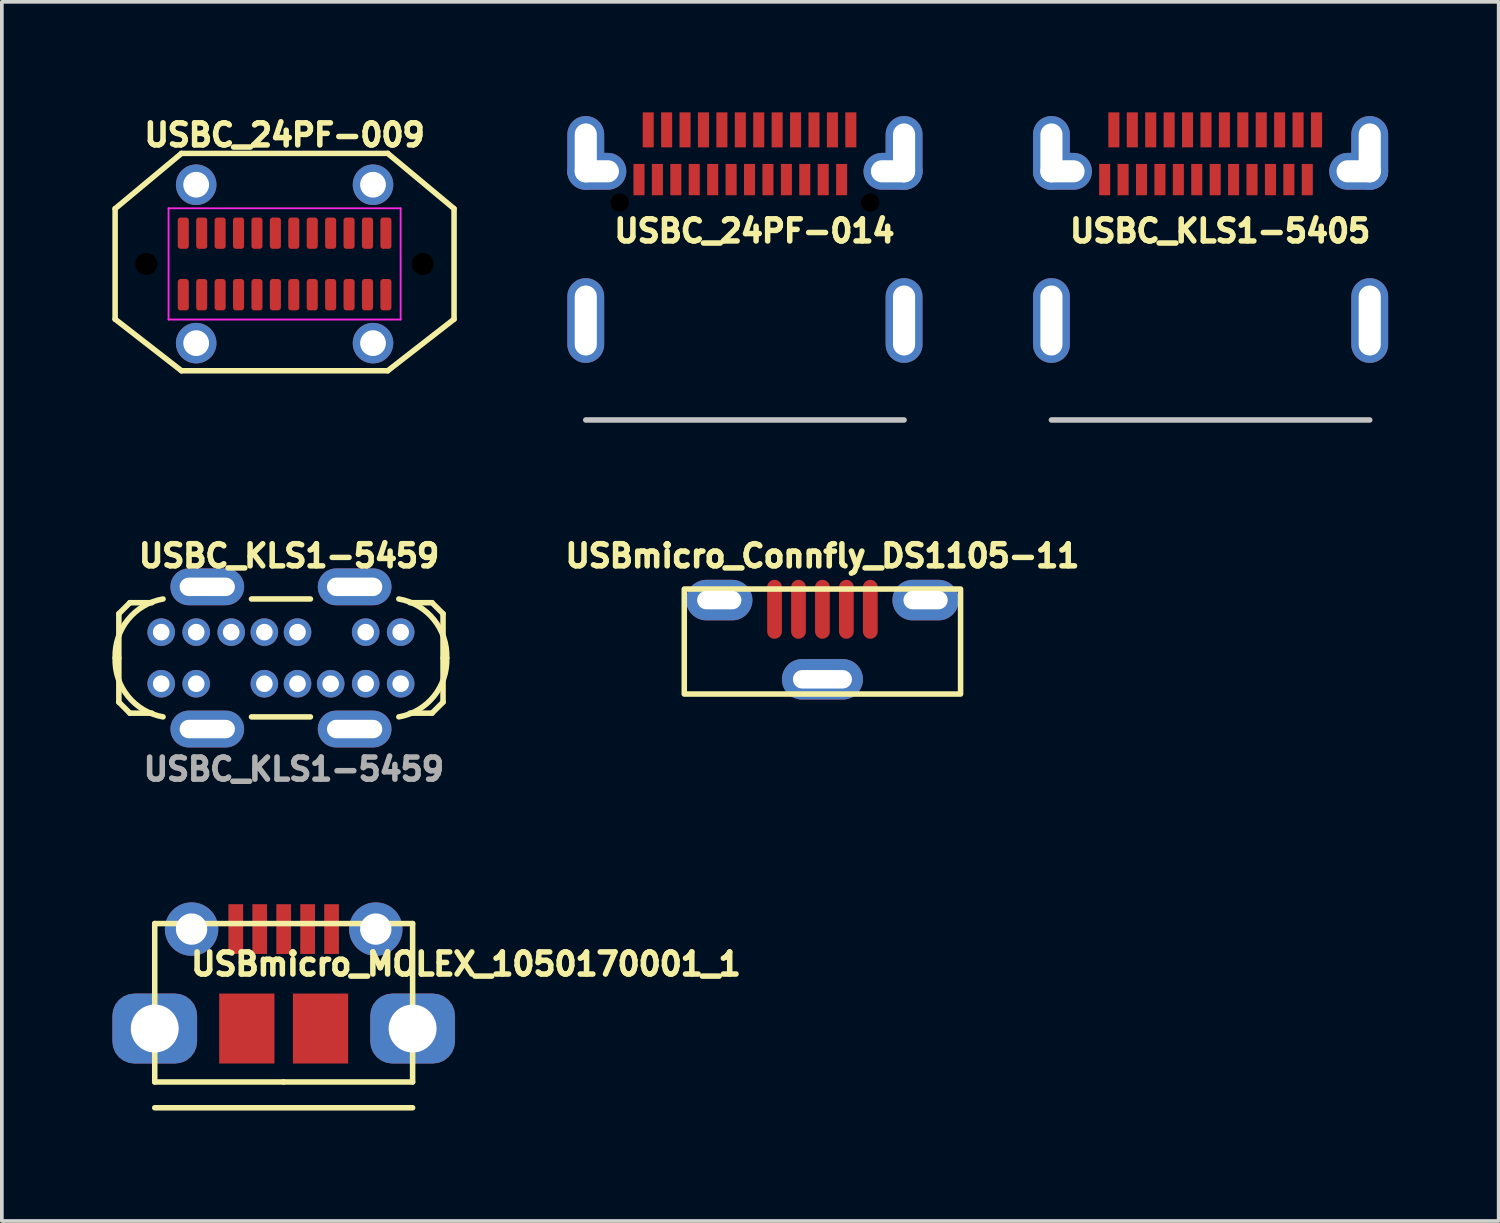
<source format=kicad_pcb>
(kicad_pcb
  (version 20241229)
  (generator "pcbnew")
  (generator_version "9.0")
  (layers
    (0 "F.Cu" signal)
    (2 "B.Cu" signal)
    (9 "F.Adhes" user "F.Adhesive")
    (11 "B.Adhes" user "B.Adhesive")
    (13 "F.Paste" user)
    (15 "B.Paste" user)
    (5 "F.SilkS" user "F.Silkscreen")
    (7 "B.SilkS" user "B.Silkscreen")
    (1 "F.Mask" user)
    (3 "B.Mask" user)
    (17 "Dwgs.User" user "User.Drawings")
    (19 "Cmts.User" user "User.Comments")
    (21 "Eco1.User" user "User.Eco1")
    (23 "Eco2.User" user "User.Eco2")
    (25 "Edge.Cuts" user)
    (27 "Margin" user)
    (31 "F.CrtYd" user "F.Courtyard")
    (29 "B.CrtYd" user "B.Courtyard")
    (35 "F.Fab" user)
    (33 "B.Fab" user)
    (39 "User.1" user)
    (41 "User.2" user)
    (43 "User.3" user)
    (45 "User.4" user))
  (footprint "USBC_KLS1-5459"
    (layer "F.Cu")
    (at 4.576 14.809)
    (property "Reference" "USBC_KLS1-5459" (at 0.22 -2.77 0) (unlocked yes) (layer "F.SilkS") (effects (font (size 0.6 0.6) (thickness 0.15))))
    (attr through_hole)
    (fp_line (start -4.4 -1.2) (end -4.1 -1.5) (stroke (width 0.15) (type default)) (layer "F.SilkS"))
    (fp_line (start -4.4 0) (end -4.4 -1.2) (stroke (width 0.15) (type default)) (layer "F.SilkS"))
    (fp_line (start -4.4 0) (end -4.4 1.2) (stroke (width 0.15) (type default)) (layer "F.SilkS"))
    (fp_line (start -4.4 1.2) (end -4.1 1.5) (stroke (width 0.15) (type default)) (layer "F.SilkS"))
    (fp_line (start -4.1 -1.5) (end -3.5 -1.5) (stroke (width 0.15) (type default)) (layer "F.SilkS"))
    (fp_line (start -4.1 1.5) (end -3.5 1.5) (stroke (width 0.15) (type default)) (layer "F.SilkS"))
    (fp_line (start -0.8 -1.6) (end 0.8 -1.6) (stroke (width 0.15) (type default)) (layer "F.SilkS"))
    (fp_line (start -0.8 1.6) (end 0.8 1.6) (stroke (width 0.15) (type default)) (layer "F.SilkS"))
    (fp_line (start 4.1 -1.5) (end 3.5 -1.5) (stroke (width 0.15) (type default)) (layer "F.SilkS"))
    (fp_line (start 4.1 1.5) (end 3.5 1.5) (stroke (width 0.15) (type default)) (layer "F.SilkS"))
    (fp_line (start 4.4 -1.2) (end 4.1 -1.5) (stroke (width 0.15) (type default)) (layer "F.SilkS"))
    (fp_line (start 4.4 0) (end 4.4 -1.2) (stroke (width 0.15) (type default)) (layer "F.SilkS"))
    (fp_line (start 4.4 0) (end 4.4 1.2) (stroke (width 0.15) (type default)) (layer "F.SilkS"))
    (fp_line (start 4.4 1.2) (end 4.1 1.5) (stroke (width 0.15) (type default)) (layer "F.SilkS"))
    (fp_arc (start -4.5 0) (mid -4.149596 -1.043421) (end -3.2 -1.6) (stroke (width 0.15) (type default)) (layer "F.SilkS"))
    (fp_arc (start -3.2 1.6) (mid -4.149595 1.043421) (end -4.5 0) (stroke (width 0.15) (type default)) (layer "F.SilkS"))
    (fp_arc (start 3.2 -1.6) (mid 4.149595 -1.043421) (end 4.5 0) (stroke (width 0.15) (type default)) (layer "F.SilkS"))
    (fp_arc (start 4.5 0) (mid 4.149596 1.043421) (end 3.2 1.6) (stroke (width 0.15) (type default)) (layer "F.SilkS"))
    (fp_rect (start -4.5 -1.5) (end 4.5 1.5) (stroke (width 0.1) (type default)) (fill no) (layer "Margin"))
    (fp_text user "${REFERENCE}" (at 0.35 3.02 0) (unlocked yes) (layer "F.Fab") (effects (font (size 0.6 0.6) (thickness 0.15))))
    (pad "A1" thru_hole circle (at -3.25 -0.7) (size 0.75 0.75) (drill 0.45) (layers "*.Cu" "*.Mask"))
    (pad "A4" thru_hole circle (at -2.3 -0.7) (size 0.75 0.75) (drill 0.45) (layers "*.Cu" "*.Mask"))
    (pad "A5" thru_hole circle (at -1.35 -0.7) (size 0.75 0.75) (drill 0.45) (layers "*.Cu" "*.Mask"))
    (pad "A6" thru_hole circle (at -0.45 -0.7) (size 0.75 0.75) (drill 0.45) (layers "*.Cu" "*.Mask"))
    (pad "A7" thru_hole circle (at 0.45 -0.7) (size 0.75 0.75) (drill 0.45) (layers "*.Cu" "*.Mask"))
    (pad "A9" thru_hole circle (at 2.3 -0.7) (size 0.75 0.75) (drill 0.45) (layers "*.Cu" "*.Mask"))
    (pad "A12" thru_hole circle (at 3.25 -0.7) (size 0.75 0.75) (drill 0.45) (layers "*.Cu" "*.Mask"))
    (pad "B1" thru_hole circle (at 3.25 0.7) (size 0.75 0.75) (drill 0.45) (layers "*.Cu" "*.Mask"))
    (pad "B4" thru_hole circle (at 2.3 0.7) (size 0.75 0.75) (drill 0.45) (layers "*.Cu" "*.Mask"))
    (pad "B5" thru_hole circle (at 1.35 0.7) (size 0.75 0.75) (drill 0.45) (layers "*.Cu" "*.Mask"))
    (pad "B6" thru_hole circle (at 0.45 0.7) (size 0.75 0.75) (drill 0.45) (layers "*.Cu" "*.Mask"))
    (pad "B7" thru_hole circle (at -0.45 0.7) (size 0.75 0.75) (drill 0.45) (layers "*.Cu" "*.Mask"))
    (pad "B9" thru_hole circle (at -2.3 0.7) (size 0.75 0.75) (drill 0.45) (layers "*.Cu" "*.Mask"))
    (pad "B12" thru_hole circle (at -3.25 0.7) (size 0.75 0.75) (drill 0.45) (layers "*.Cu" "*.Mask"))
    (pad "H1" thru_hole oval (at -2 -1.93) (size 2 1) (drill oval 1.5 0.5) (layers "*.Cu" "*.Mask"))
    (pad "H2" thru_hole oval (at 2 -1.93) (size 2 1) (drill oval 1.5 0.5) (layers "*.Cu" "*.Mask"))
    (pad "H3" thru_hole oval (at -2 1.93) (size 2 1) (drill oval 1.5 0.5) (layers "*.Cu" "*.Mask"))
    (pad "H4" thru_hole oval (at 2 1.93) (size 2 1) (drill oval 1.5 0.5) (layers "*.Cu" "*.Mask")))
  (footprint "USBC_KLS1-5405"
    (layer "F.Cu")
    (at 29.81 5.65)
    (property "Reference" "USBC_KLS1-5405" (at 0.26 -2.43 0) (unlocked yes) (layer "F.SilkS") (effects (font (size 0.6 0.6) (thickness 0.15))))
    (fp_line (start 4.32 2.7) (end -4.32 2.7) (stroke (width 0.15) (type solid)) (layer "Dwgs.User"))
    (pad "A1" smd rect (at -2.625 -5.175) (size 0.3 0.95) (layers "F.Cu" "F.Mask" "F.Paste"))
    (pad "A2" smd rect (at -2.125 -5.175) (size 0.3 0.95) (layers "F.Cu" "F.Mask" "F.Paste"))
    (pad "A3" smd rect (at -1.625 -5.175) (size 0.3 0.95) (layers "F.Cu" "F.Mask" "F.Paste"))
    (pad "A4" smd rect (at -1.125 -5.175) (size 0.3 0.95) (layers "F.Cu" "F.Mask" "F.Paste"))
    (pad "A5" smd rect (at -0.625 -5.175) (size 0.3 0.95) (layers "F.Cu" "F.Mask" "F.Paste"))
    (pad "A6" smd rect (at -0.125 -5.175) (size 0.3 0.95) (layers "F.Cu" "F.Mask" "F.Paste"))
    (pad "A7" smd rect (at 0.375 -5.175) (size 0.3 0.95) (layers "F.Cu" "F.Mask" "F.Paste"))
    (pad "A8" smd rect (at 0.875 -5.175) (size 0.3 0.95) (layers "F.Cu" "F.Mask" "F.Paste"))
    (pad "A9" smd rect (at 1.375 -5.175) (size 0.3 0.95) (layers "F.Cu" "F.Mask" "F.Paste"))
    (pad "A10" smd rect (at 1.875 -5.175) (size 0.3 0.95) (layers "F.Cu" "F.Mask" "F.Paste"))
    (pad "A11" smd rect (at 2.375 -5.175) (size 0.3 0.95) (layers "F.Cu" "F.Mask" "F.Paste"))
    (pad "A12" smd rect (at 2.875 -5.175) (size 0.3 0.95) (layers "F.Cu" "F.Mask" "F.Paste"))
    (pad "B1" smd rect (at 2.625 -3.825) (size 0.3 0.85) (layers "F.Cu" "F.Mask" "F.Paste"))
    (pad "B2" smd rect (at 2.125 -3.825) (size 0.3 0.85) (layers "F.Cu" "F.Mask" "F.Paste"))
    (pad "B3" smd rect (at 1.625 -3.825) (size 0.3 0.85) (layers "F.Cu" "F.Mask" "F.Paste"))
    (pad "B4" smd rect (at 1.125 -3.825) (size 0.3 0.85) (layers "F.Cu" "F.Mask" "F.Paste"))
    (pad "B5" smd rect (at 0.625 -3.825) (size 0.3 0.85) (layers "F.Cu" "F.Mask" "F.Paste"))
    (pad "B6" smd rect (at 0.125 -3.825) (size 0.3 0.85) (layers "F.Cu" "F.Mask" "F.Paste"))
    (pad "B7" smd rect (at -0.375 -3.825) (size 0.3 0.85) (layers "F.Cu" "F.Mask" "F.Paste"))
    (pad "B8" smd rect (at -0.875 -3.825) (size 0.3 0.85) (layers "F.Cu" "F.Mask" "F.Paste"))
    (pad "B9" smd rect (at -1.375 -3.825) (size 0.3 0.85) (layers "F.Cu" "F.Mask" "F.Paste"))
    (pad "B10" smd rect (at -1.875 -3.825) (size 0.3 0.85) (layers "F.Cu" "F.Mask" "F.Paste"))
    (pad "B11" smd rect (at -2.375 -3.825) (size 0.3 0.85) (layers "F.Cu" "F.Mask" "F.Paste"))
    (pad "B12" smd rect (at -2.875 -3.825) (size 0.3 0.85) (layers "F.Cu" "F.Mask" "F.Paste"))
    (pad "H1" thru_hole oval (at -4.32 -4.55) (size 1 2) (drill oval 0.6 1.6) (layers "*.Cu" "*.Mask"))
    (pad "H1" thru_hole oval (at -4.02 -4.05) (size 1.6 1) (drill oval 1.2 0.6) (layers "*.Cu" "*.Mask"))
    (pad "H2" thru_hole oval (at -4.32 0) (size 1 2.3) (drill oval 0.6 1.9) (layers "*.Cu" "*.Mask"))
    (pad "H3" thru_hole oval (at 4.32 0) (size 1 2.3) (drill oval 0.6 1.9) (layers "*.Cu" "*.Mask"))
    (pad "H4" thru_hole oval (at 4.02 -4.05) (size 1.6 1) (drill oval 1.2 0.6) (layers "*.Cu" "*.Mask"))
    (pad "H4" thru_hole oval (at 4.32 -4.55) (size 1 2) (drill oval 0.6 1.6) (layers "*.Cu" "*.Mask")))
  (footprint "USBmicro_MOLEX_1050170001_1"
    (layer "F.Cu")
    (at 4.65 26.319)
    (property "Reference" "USBmicro_MOLEX_1050170001_1" (at 4.95 -3.2 0) (layer "F.SilkS") (effects (font (size 0.6 0.6) (thickness 0.15))))
    (attr through_hole)
    (fp_line (start -3.5 -4.3) (end -3.5 0) (stroke (width 0.15) (type solid)) (layer "F.SilkS"))
    (fp_line (start -3.5 0) (end 0 0) (stroke (width 0.15) (type solid)) (layer "F.SilkS"))
    (fp_line (start -3.5 0.7) (end 3.5 0.7) (stroke (width 0.15) (type solid)) (layer "F.SilkS"))
    (fp_line (start 0 0) (end 3.5 0) (stroke (width 0.15) (type solid)) (layer "F.SilkS"))
    (fp_line (start 3.5 -4.3) (end -3.5 -4.3) (stroke (width 0.15) (type solid)) (layer "F.SilkS"))
    (fp_line (start 3.5 0) (end 3.5 -4.3) (stroke (width 0.15) (type solid)) (layer "F.SilkS"))
    (pad "1" smd rect (at -1.3 -4.15) (size 0.4 1.35) (layers "F.Cu" "F.Mask" "F.Paste"))
    (pad "2" smd rect (at -0.65 -4.15) (size 0.4 1.35) (layers "F.Cu" "F.Mask" "F.Paste"))
    (pad "3" smd rect (at 0 -4.15) (size 0.4 1.35) (layers "F.Cu" "F.Mask" "F.Paste"))
    (pad "4" smd rect (at 0.65 -4.15) (size 0.4 1.35) (layers "F.Cu" "F.Mask" "F.Paste"))
    (pad "5" smd rect (at 1.3 -4.15) (size 0.4 1.35) (layers "F.Cu" "F.Mask" "F.Paste"))
    (pad "H1" thru_hole roundrect (at -3.5 -1.45) (size 2.3 1.9) (drill 1.3) (layers "*.Cu" "*.Mask") (roundrect_rratio 0.316))
    (pad "H2" thru_hole circle (at -2.5 -4.15) (size 1.45 1.45) (drill 0.85) (layers "*.Cu" "*.Mask"))
    (pad "H3" thru_hole roundrect (at 3.5 -1.45) (size 2.3 1.9) (drill 1.3) (layers "*.Cu" "*.Mask") (roundrect_rratio 0.316))
    (pad "H4" thru_hole circle (at 2.5 -4.15) (size 1.45 1.45) (drill 0.85) (layers "*.Cu" "*.Mask"))
    (pad "H5" smd rect (at -1 -1.45) (size 1.5 1.9) (layers "F.Cu" "F.Mask" "F.Paste"))
    (pad "H6" smd rect (at 1 -1.45) (size 1.5 1.9) (layers "F.Cu" "F.Mask" "F.Paste")))
  (footprint "USBC_24PF-014"
    (layer "F.Cu")
    (at 17.17 5.65)
    (property "Reference" "USBC_24PF-014" (at 0.26 -2.43 0) (unlocked yes) (layer "F.SilkS") (effects (font (size 0.6 0.6) (thickness 0.15))))
    (fp_line (start 4.32 2.7) (end -4.32 2.7) (stroke (width 0.15) (type solid)) (layer "Dwgs.User"))
    (pad "" np_thru_hole circle (at -3.4 -3.2) (size 0.62 0.62) (drill 0.5) (layers "*.Mask"))
    (pad "" np_thru_hole circle (at 3.4 -3.2) (size 0.62 0.62) (drill 0.5) (layers "*.Mask"))
    (pad "A1" smd rect (at -2.625 -5.175) (size 0.3 0.95) (layers "F.Cu" "F.Mask" "F.Paste"))
    (pad "A2" smd rect (at -2.125 -5.175) (size 0.3 0.95) (layers "F.Cu" "F.Mask" "F.Paste"))
    (pad "A3" smd rect (at -1.625 -5.175) (size 0.3 0.95) (layers "F.Cu" "F.Mask" "F.Paste"))
    (pad "A4" smd rect (at -1.125 -5.175) (size 0.3 0.95) (layers "F.Cu" "F.Mask" "F.Paste"))
    (pad "A5" smd rect (at -0.625 -5.175) (size 0.3 0.95) (layers "F.Cu" "F.Mask" "F.Paste"))
    (pad "A6" smd rect (at -0.125 -5.175) (size 0.3 0.95) (layers "F.Cu" "F.Mask" "F.Paste"))
    (pad "A7" smd rect (at 0.375 -5.175) (size 0.3 0.95) (layers "F.Cu" "F.Mask" "F.Paste"))
    (pad "A8" smd rect (at 0.875 -5.175) (size 0.3 0.95) (layers "F.Cu" "F.Mask" "F.Paste"))
    (pad "A9" smd rect (at 1.375 -5.175) (size 0.3 0.95) (layers "F.Cu" "F.Mask" "F.Paste"))
    (pad "A10" smd rect (at 1.875 -5.175) (size 0.3 0.95) (layers "F.Cu" "F.Mask" "F.Paste"))
    (pad "A11" smd rect (at 2.375 -5.175) (size 0.3 0.95) (layers "F.Cu" "F.Mask" "F.Paste"))
    (pad "A12" smd rect (at 2.875 -5.175) (size 0.3 0.95) (layers "F.Cu" "F.Mask" "F.Paste"))
    (pad "B1" smd rect (at 2.625 -3.825) (size 0.3 0.85) (layers "F.Cu" "F.Mask" "F.Paste"))
    (pad "B2" smd rect (at 2.125 -3.825) (size 0.3 0.85) (layers "F.Cu" "F.Mask" "F.Paste"))
    (pad "B3" smd rect (at 1.625 -3.825) (size 0.3 0.85) (layers "F.Cu" "F.Mask" "F.Paste"))
    (pad "B4" smd rect (at 1.125 -3.825) (size 0.3 0.85) (layers "F.Cu" "F.Mask" "F.Paste"))
    (pad "B5" smd rect (at 0.625 -3.825) (size 0.3 0.85) (layers "F.Cu" "F.Mask" "F.Paste"))
    (pad "B6" smd rect (at 0.125 -3.825) (size 0.3 0.85) (layers "F.Cu" "F.Mask" "F.Paste"))
    (pad "B7" smd rect (at -0.375 -3.825) (size 0.3 0.85) (layers "F.Cu" "F.Mask" "F.Paste"))
    (pad "B8" smd rect (at -0.875 -3.825) (size 0.3 0.85) (layers "F.Cu" "F.Mask" "F.Paste"))
    (pad "B9" smd rect (at -1.375 -3.825) (size 0.3 0.85) (layers "F.Cu" "F.Mask" "F.Paste"))
    (pad "B10" smd rect (at -1.875 -3.825) (size 0.3 0.85) (layers "F.Cu" "F.Mask" "F.Paste"))
    (pad "B11" smd rect (at -2.375 -3.825) (size 0.3 0.85) (layers "F.Cu" "F.Mask" "F.Paste"))
    (pad "B12" smd rect (at -2.875 -3.825) (size 0.3 0.85) (layers "F.Cu" "F.Mask" "F.Paste"))
    (pad "S1" thru_hole oval (at -4.32 -4.55) (size 1 2) (drill oval 0.6 1.6) (layers "*.Cu" "*.Mask"))
    (pad "S1" thru_hole oval (at -4.02 -4.05) (size 1.6 1) (drill oval 1.2 0.6) (layers "*.Cu" "*.Mask"))
    (pad "S2" thru_hole oval (at -4.32 0) (size 1 2.3) (drill oval 0.6 1.9) (layers "*.Cu" "*.Mask"))
    (pad "S3" thru_hole oval (at 4.32 0) (size 1 2.3) (drill oval 0.6 1.9) (layers "*.Cu" "*.Mask"))
    (pad "S4" thru_hole oval (at 4.02 -4.05) (size 1.6 1) (drill oval 1.2 0.6) (layers "*.Cu" "*.Mask"))
    (pad "S4" thru_hole oval (at 4.32 -4.55) (size 1 2) (drill oval 0.6 1.6) (layers "*.Cu" "*.Mask")))
  (footprint "USBC_24PF-009"
    (layer "F.Cu")
    (at 4.675 4.114)
    (property "Reference" "USBC_24PF-009" (at 0 -3.5 180) (layer "F.SilkS") (effects (font (size 0.6 0.6) (thickness 0.15))))
    (attr smd)
    (fp_line (start -4.6 -1.5) (end -2.8 -3) (stroke (width 0.15) (type default)) (layer "F.SilkS"))
    (fp_line (start -4.6 1.5) (end -4.6 -1.5) (stroke (width 0.15) (type default)) (layer "F.SilkS"))
    (fp_line (start -2.8 -3) (end 2.8 -3) (stroke (width 0.15) (type default)) (layer "F.SilkS"))
    (fp_line (start -2.8 2.9) (end -4.6 1.5) (stroke (width 0.15) (type default)) (layer "F.SilkS"))
    (fp_line (start 2.8 -3) (end 4.6 -1.5) (stroke (width 0.15) (type default)) (layer "F.SilkS"))
    (fp_line (start 2.8 2.9) (end -2.8 2.9) (stroke (width 0.15) (type default)) (layer "F.SilkS"))
    (fp_line (start 4.6 -1.5) (end 4.6 1.5) (stroke (width 0.15) (type default)) (layer "F.SilkS"))
    (fp_line (start 4.6 1.5) (end 2.8 2.9) (stroke (width 0.15) (type default)) (layer "F.SilkS"))
    (fp_line (start -3.15 -1.51) (end 3.15 -1.51) (stroke (width 0.05) (type default)) (layer "F.CrtYd"))
    (fp_line (start -3.15 1.51) (end -3.15 -1.51) (stroke (width 0.05) (type default)) (layer "F.CrtYd"))
    (fp_line (start 3.15 -1.51) (end 3.15 1.51) (stroke (width 0.05) (type default)) (layer "F.CrtYd"))
    (fp_line (start 3.15 1.51) (end -3.15 1.51) (stroke (width 0.05) (type default)) (layer "F.CrtYd"))
    (pad "" np_thru_hole circle (at -3.75 0) (size 1 1) (drill 0.6) (layers "*.Mask"))
    (pad "" np_thru_hole circle (at 3.75 0) (size 1 1) (drill 0.6) (layers "*.Mask"))
    (pad "A1" smd roundrect (at -2.75 -0.835) (size 0.3 0.85) (layers "F.Cu" "F.Mask" "F.Paste") (roundrect_rratio 0.25))
    (pad "A2" smd roundrect (at -2.25 -0.835) (size 0.3 0.85) (layers "F.Cu" "F.Mask" "F.Paste") (roundrect_rratio 0.25))
    (pad "A3" smd roundrect (at -1.75 -0.835) (size 0.3 0.85) (layers "F.Cu" "F.Mask" "F.Paste") (roundrect_rratio 0.25))
    (pad "A4" smd roundrect (at -1.25 -0.835) (size 0.3 0.85) (layers "F.Cu" "F.Mask" "F.Paste") (roundrect_rratio 0.25))
    (pad "A5" smd roundrect (at -0.75 -0.835) (size 0.3 0.85) (layers "F.Cu" "F.Mask" "F.Paste") (roundrect_rratio 0.25))
    (pad "A6" smd roundrect (at -0.25 -0.835) (size 0.3 0.85) (layers "F.Cu" "F.Mask" "F.Paste") (roundrect_rratio 0.25))
    (pad "A7" smd roundrect (at 0.25 -0.835) (size 0.3 0.85) (layers "F.Cu" "F.Mask" "F.Paste") (roundrect_rratio 0.25))
    (pad "A8" smd roundrect (at 0.75 -0.835) (size 0.3 0.85) (layers "F.Cu" "F.Mask" "F.Paste") (roundrect_rratio 0.25))
    (pad "A9" smd roundrect (at 1.25 -0.835) (size 0.3 0.85) (layers "F.Cu" "F.Mask" "F.Paste") (roundrect_rratio 0.25))
    (pad "A10" smd roundrect (at 1.75 -0.835) (size 0.3 0.85) (layers "F.Cu" "F.Mask" "F.Paste") (roundrect_rratio 0.25))
    (pad "A11" smd roundrect (at 2.25 -0.835) (size 0.3 0.85) (layers "F.Cu" "F.Mask" "F.Paste") (roundrect_rratio 0.25))
    (pad "A12" smd roundrect (at 2.75 -0.835) (size 0.3 0.85) (layers "F.Cu" "F.Mask" "F.Paste") (roundrect_rratio 0.25))
    (pad "B1" smd roundrect (at 2.75 0.835) (size 0.3 0.85) (layers "F.Cu" "F.Mask" "F.Paste") (roundrect_rratio 0.25))
    (pad "B2" smd roundrect (at 2.25 0.835) (size 0.3 0.85) (layers "F.Cu" "F.Mask" "F.Paste") (roundrect_rratio 0.25))
    (pad "B3" smd roundrect (at 1.75 0.835) (size 0.3 0.85) (layers "F.Cu" "F.Mask" "F.Paste") (roundrect_rratio 0.25))
    (pad "B4" smd roundrect (at 1.25 0.835) (size 0.3 0.85) (layers "F.Cu" "F.Mask" "F.Paste") (roundrect_rratio 0.25))
    (pad "B5" smd roundrect (at 0.75 0.835) (size 0.3 0.85) (layers "F.Cu" "F.Mask" "F.Paste") (roundrect_rratio 0.25))
    (pad "B6" smd roundrect (at 0.25 0.835) (size 0.3 0.85) (layers "F.Cu" "F.Mask" "F.Paste") (roundrect_rratio 0.25))
    (pad "B7" smd roundrect (at -0.25 0.835) (size 0.3 0.85) (layers "F.Cu" "F.Mask" "F.Paste") (roundrect_rratio 0.25))
    (pad "B8" smd roundrect (at -0.75 0.835) (size 0.3 0.85) (layers "F.Cu" "F.Mask" "F.Paste") (roundrect_rratio 0.25))
    (pad "B9" smd roundrect (at -1.25 0.835) (size 0.3 0.85) (layers "F.Cu" "F.Mask" "F.Paste") (roundrect_rratio 0.25))
    (pad "B10" smd roundrect (at -1.75 0.835) (size 0.3 0.85) (layers "F.Cu" "F.Mask" "F.Paste") (roundrect_rratio 0.25))
    (pad "B11" smd roundrect (at -2.25 0.835) (size 0.3 0.85) (layers "F.Cu" "F.Mask" "F.Paste") (roundrect_rratio 0.25))
    (pad "B12" smd roundrect (at -2.75 0.835) (size 0.3 0.85) (layers "F.Cu" "F.Mask" "F.Paste") (roundrect_rratio 0.25))
    (pad "H1" thru_hole circle (at -2.4 2.15) (size 1.1 1.1) (drill 0.7) (layers "*.Cu" "*.Mask"))
    (pad "H2" thru_hole circle (at 2.4 2.15) (size 1.1 1.1) (drill 0.7) (layers "*.Cu" "*.Mask"))
    (pad "H3" thru_hole circle (at 2.4 -2.15) (size 1.1 1.1) (drill 0.7) (layers "*.Cu" "*.Mask"))
    (pad "H4" thru_hole circle (at -2.4 -2.15) (size 1.1 1.1) (drill 0.7) (layers "*.Cu" "*.Mask")))
  (footprint "USBmicro_Connfly_DS1105-11"
    (layer "F.Cu")
    (at 19.274 13.239)
    (property "Reference" "USBmicro_Connfly_DS1105-11" (at 0 -1.2 0) (layer "F.SilkS") (effects (font (size 0.6 0.6) (thickness 0.15))))
    (attr through_hole)
    (fp_rect (start -3.75 -0.3) (end 3.75 2.55) (stroke (width 0.15) (type default)) (fill no) (layer "F.SilkS"))
    (pad "1" smd oval (at -1.3 0.25) (size 0.4 1.6) (layers "F.Cu" "F.Mask" "F.Paste"))
    (pad "2" smd oval (at -0.65 0.25) (size 0.4 1.6) (layers "F.Cu" "F.Mask" "F.Paste"))
    (pad "3" smd oval (at 0 0.25) (size 0.4 1.6) (layers "F.Cu" "F.Mask" "F.Paste"))
    (pad "4" smd oval (at 0.65 0.25) (size 0.4 1.6) (layers "F.Cu" "F.Mask" "F.Paste"))
    (pad "5" smd oval (at 1.3 0.25) (size 0.4 1.6) (layers "F.Cu" "F.Mask" "F.Paste"))
    (pad "H1" thru_hole oval (at -2.8 0) (size 1.8 1.1) (drill oval 1.2 0.5) (layers "*.Cu" "*.Mask"))
    (pad "H2" thru_hole oval (at 2.8 0) (size 1.8 1.1) (drill oval 1.2 0.5) (layers "*.Cu" "*.Mask"))
    (pad "H3" thru_hole oval (at 0 2.15) (size 2.2 1.1) (drill oval 1.6 0.5) (layers "*.Cu" "*.Mask")))
  (gr_rect
    (start -3 -3)
    (end 37.63 30.093)
    (stroke (width 0.1) (type default))
    (fill no)
    (layer "Edge.Cuts")))
</source>
